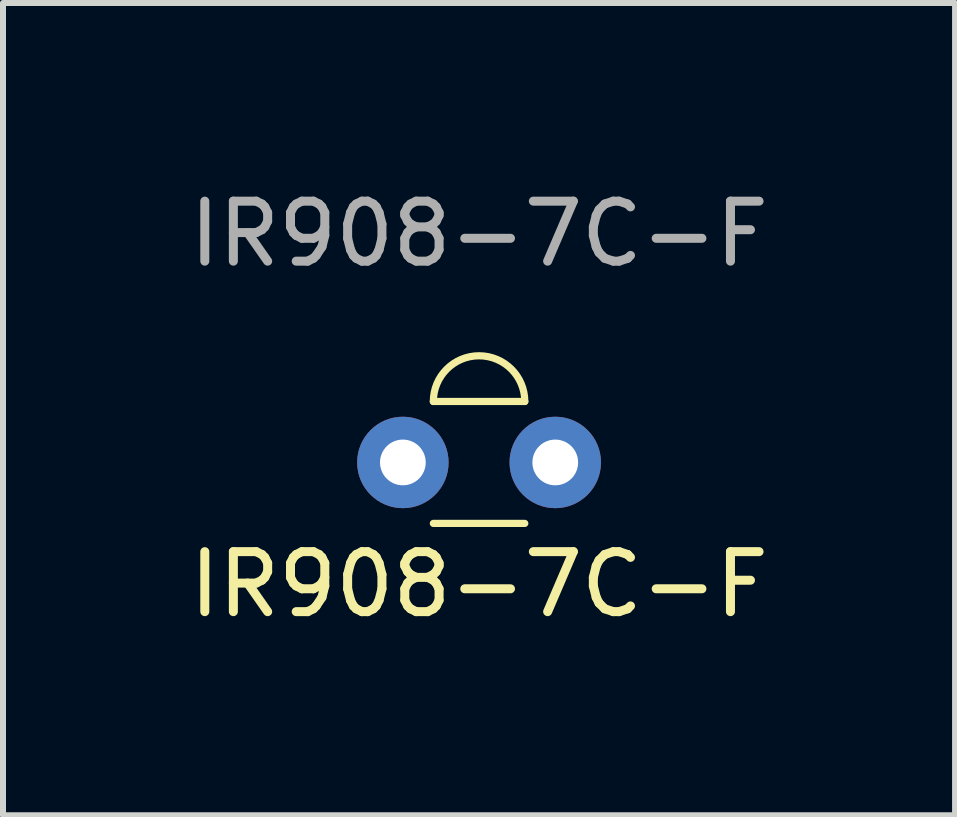
<source format=kicad_pcb>
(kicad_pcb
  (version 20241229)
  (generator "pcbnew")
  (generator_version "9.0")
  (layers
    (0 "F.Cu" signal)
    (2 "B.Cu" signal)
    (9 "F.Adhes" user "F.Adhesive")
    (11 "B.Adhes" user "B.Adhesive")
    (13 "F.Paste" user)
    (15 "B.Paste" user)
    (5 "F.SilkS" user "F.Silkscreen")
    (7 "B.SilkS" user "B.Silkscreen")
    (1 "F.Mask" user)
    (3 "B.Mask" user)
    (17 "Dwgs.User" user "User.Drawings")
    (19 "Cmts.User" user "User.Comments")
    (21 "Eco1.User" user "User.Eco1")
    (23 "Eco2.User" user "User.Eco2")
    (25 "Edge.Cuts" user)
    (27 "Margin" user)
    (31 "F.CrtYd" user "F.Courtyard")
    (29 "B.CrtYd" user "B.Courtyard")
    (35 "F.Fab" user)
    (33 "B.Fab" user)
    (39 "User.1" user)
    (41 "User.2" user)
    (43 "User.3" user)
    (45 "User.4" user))
  (footprint "IR908-7C-F"
    (layer "F.Cu")
    (at 3.665 4.658)
    (property "Reference" "IR908-7C-F" (at 1.27 2.032 0) (unlocked yes) (layer "F.SilkS") (effects (font (size 1 1) (thickness 0.15))))
    (attr through_hole)
    (fp_line (start 0.508 -1.016) (end 2.032 -1.016) (stroke (width 0.12) (type solid)) (layer "F.SilkS"))
    (fp_line (start 0.508 1.016) (end 2.032 1.016) (stroke (width 0.12) (type solid)) (layer "F.SilkS"))
    (fp_arc (start 0.508 -1.016) (mid 1.27 -1.778) (end 2.032 -1.016) (stroke (width 0.12) (type solid)) (layer "F.SilkS"))
    (fp_text user "${REFERENCE}" (at 1.27 -3.81 0) (unlocked yes) (layer "F.Fab") (effects (font (size 1 1) (thickness 0.15))))
    (pad "1" thru_hole circle (at 0 0) (size 1.524 1.524) (drill 0.762) (layers "*.Cu" "*.Mask"))
    (pad "2" thru_hole circle (at 2.54 0) (size 1.524 1.524) (drill 0.762) (layers "*.Cu" "*.Mask")))
  (gr_rect
    (start -3 -3)
    (end 12.869 10.539)
    (stroke (width 0.1) (type default))
    (fill no)
    (layer "Edge.Cuts")))
</source>
